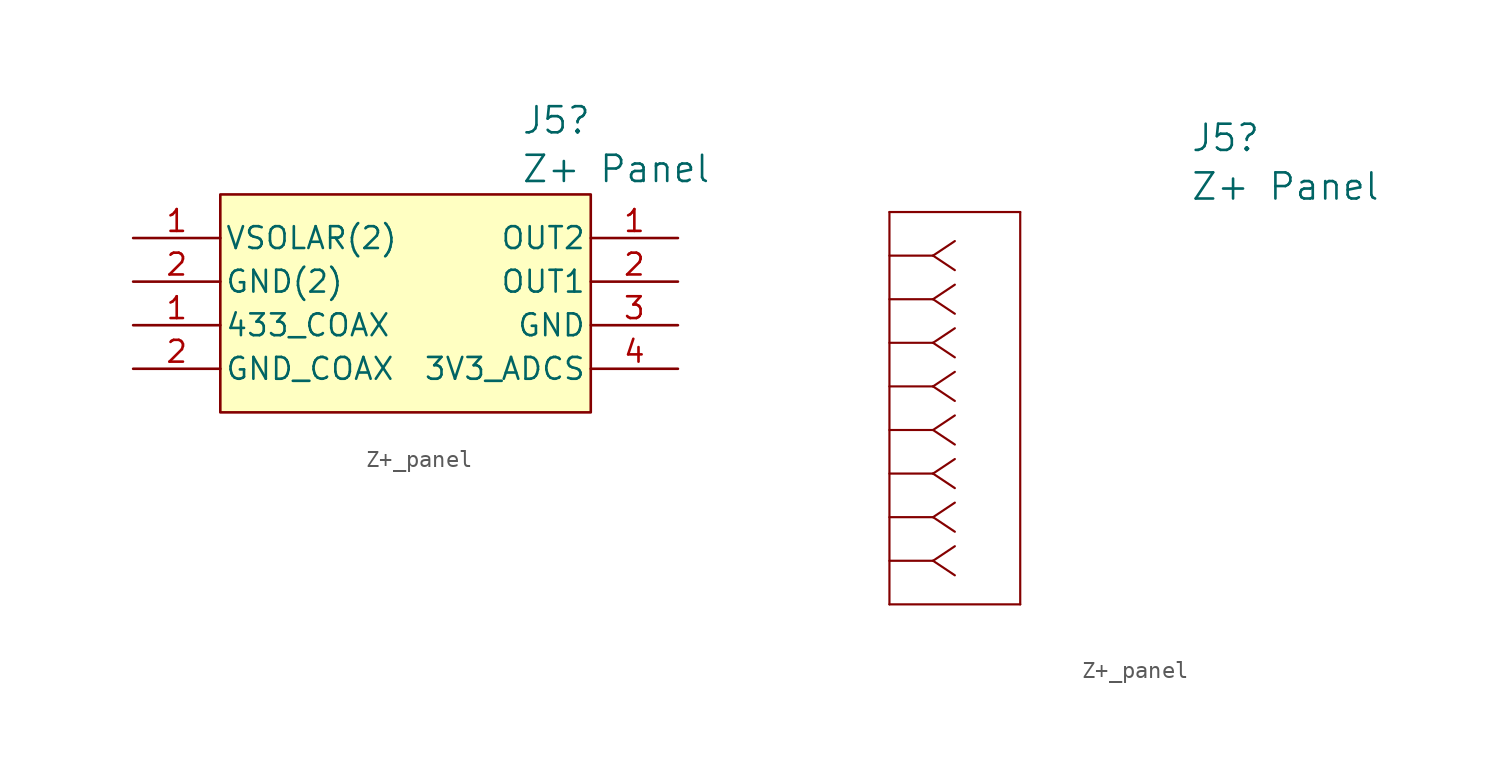
<source format=kicad_sym>
(kicad_symbol_lib
  (version 20241209)
  (generator "kicad_symbol_editor")
  (generator_version "9.0")
  (symbol "Z+_panel"
    (pin_names
      (offset 0.254))
    (property "Reference" "J5"
      (at 22.606 6.858 0)
      (effects (font (size 1.524 1.524)) (justify left)))
    (property "Value" "Z+ Panel"
      (at 22.606 4.025 0)
      (effects (font (size 1.524 1.524)) (justify left)))
    (symbol "Z+_panel_1_1"
      (rectangle (start 5.08 2.54) (end 26.67 -10.16) (stroke (width 0) (type default)) (fill (type background)))
      (pin passive line (at 0 0 0) (length 5.08) (name "VSOLAR(2)" (effects (font (size 1.27 1.27)))) (number "1" (effects (font (size 1.27 1.27)))))
      (pin passive line (at 0 -2.54 0) (length 5.08) (name "GND(2)" (effects (font (size 1.27 1.27)))) (number "2" (effects (font (size 1.27 1.27)))))
      (pin passive line (at 0 -5.08 0) (length 5.08) (name "433_COAX" (effects (font (size 1.27 1.27)))) (number "1" (effects (font (size 1.27 1.27)))))
      (pin passive line (at 0 -7.62 0) (length 5.08) (name "GND_COAX" (effects (font (size 1.27 1.27)))) (number "2" (effects (font (size 1.27 1.27)))))
      (pin passive line (at 31.75 0 180) (length 5.08) (name "OUT2" (effects (font (size 1.27 1.27)))) (number "1" (effects (font (size 1.27 1.27)))))
      (pin passive line (at 31.75 -2.54 180) (length 5.08) (name "OUT1" (effects (font (size 1.27 1.27)))) (number "2" (effects (font (size 1.27 1.27)))))
      (pin passive line (at 31.75 -5.08 180) (length 5.08) (name "GND" (effects (font (size 1.27 1.27)))) (number "3" (effects (font (size 1.27 1.27)))))
      (pin passive line (at 31.75 -7.62 180) (length 5.08) (name "3V3_ADCS" (effects (font (size 1.27 1.27)))) (number "4" (effects (font (size 1.27 1.27))))))
    (symbol "Z+_panel_1_2"
      (polyline (pts (xy 5.08 2.54) (xy 5.08 -20.32)) (stroke (width 0.127) (type default)) (fill (type none)))
      (polyline (pts (xy 5.08 -20.32) (xy 12.7 -20.32)) (stroke (width 0.127) (type default)) (fill (type none)))
      (polyline (pts (xy 7.62 0) (xy 5.08 0)) (stroke (width 0.127) (type default)) (fill (type none)))
      (polyline (pts (xy 7.62 0) (xy 8.89 0.847)) (stroke (width 0.127) (type default)) (fill (type none)))
      (polyline (pts (xy 7.62 0) (xy 8.89 -0.847)) (stroke (width 0.127) (type default)) (fill (type none)))
      (polyline (pts (xy 7.62 -2.54) (xy 5.08 -2.54)) (stroke (width 0.127) (type default)) (fill (type none)))
      (polyline (pts (xy 7.62 -2.54) (xy 8.89 -1.693)) (stroke (width 0.127) (type default)) (fill (type none)))
      (polyline (pts (xy 7.62 -2.54) (xy 8.89 -3.387)) (stroke (width 0.127) (type default)) (fill (type none)))
      (polyline (pts (xy 7.62 -5.08) (xy 5.08 -5.08)) (stroke (width 0.127) (type default)) (fill (type none)))
      (polyline (pts (xy 7.62 -5.08) (xy 8.89 -4.233)) (stroke (width 0.127) (type default)) (fill (type none)))
      (polyline (pts (xy 7.62 -5.08) (xy 8.89 -5.927)) (stroke (width 0.127) (type default)) (fill (type none)))
      (polyline (pts (xy 7.62 -7.62) (xy 5.08 -7.62)) (stroke (width 0.127) (type default)) (fill (type none)))
      (polyline (pts (xy 7.62 -7.62) (xy 8.89 -6.773)) (stroke (width 0.127) (type default)) (fill (type none)))
      (polyline (pts (xy 7.62 -7.62) (xy 8.89 -8.467)) (stroke (width 0.127) (type default)) (fill (type none)))
      (polyline (pts (xy 7.62 -10.16) (xy 5.08 -10.16)) (stroke (width 0.127) (type default)) (fill (type none)))
      (polyline (pts (xy 7.62 -10.16) (xy 8.89 -9.313)) (stroke (width 0.127) (type default)) (fill (type none)))
      (polyline (pts (xy 7.62 -10.16) (xy 8.89 -11.007)) (stroke (width 0.127) (type default)) (fill (type none)))
      (polyline (pts (xy 7.62 -12.7) (xy 5.08 -12.7)) (stroke (width 0.127) (type default)) (fill (type none)))
      (polyline (pts (xy 7.62 -12.7) (xy 8.89 -11.853)) (stroke (width 0.127) (type default)) (fill (type none)))
      (polyline (pts (xy 7.62 -12.7) (xy 8.89 -13.547)) (stroke (width 0.127) (type default)) (fill (type none)))
      (polyline (pts (xy 7.62 -15.24) (xy 5.08 -15.24)) (stroke (width 0.127) (type default)) (fill (type none)))
      (polyline (pts (xy 7.62 -15.24) (xy 8.89 -14.393)) (stroke (width 0.127) (type default)) (fill (type none)))
      (polyline (pts (xy 7.62 -15.24) (xy 8.89 -16.087)) (stroke (width 0.127) (type default)) (fill (type none)))
      (polyline (pts (xy 7.62 -17.78) (xy 5.08 -17.78)) (stroke (width 0.127) (type default)) (fill (type none)))
      (polyline (pts (xy 7.62 -17.78) (xy 8.89 -16.933)) (stroke (width 0.127) (type default)) (fill (type none)))
      (polyline (pts (xy 7.62 -17.78) (xy 8.89 -18.627)) (stroke (width 0.127) (type default)) (fill (type none)))
      (polyline (pts (xy 12.7 2.54) (xy 5.08 2.54)) (stroke (width 0.127) (type default)) (fill (type none)))
      (polyline (pts (xy 12.7 -20.32) (xy 12.7 2.54)) (stroke (width 0.127) (type default)) (fill (type none))))))
</source>
